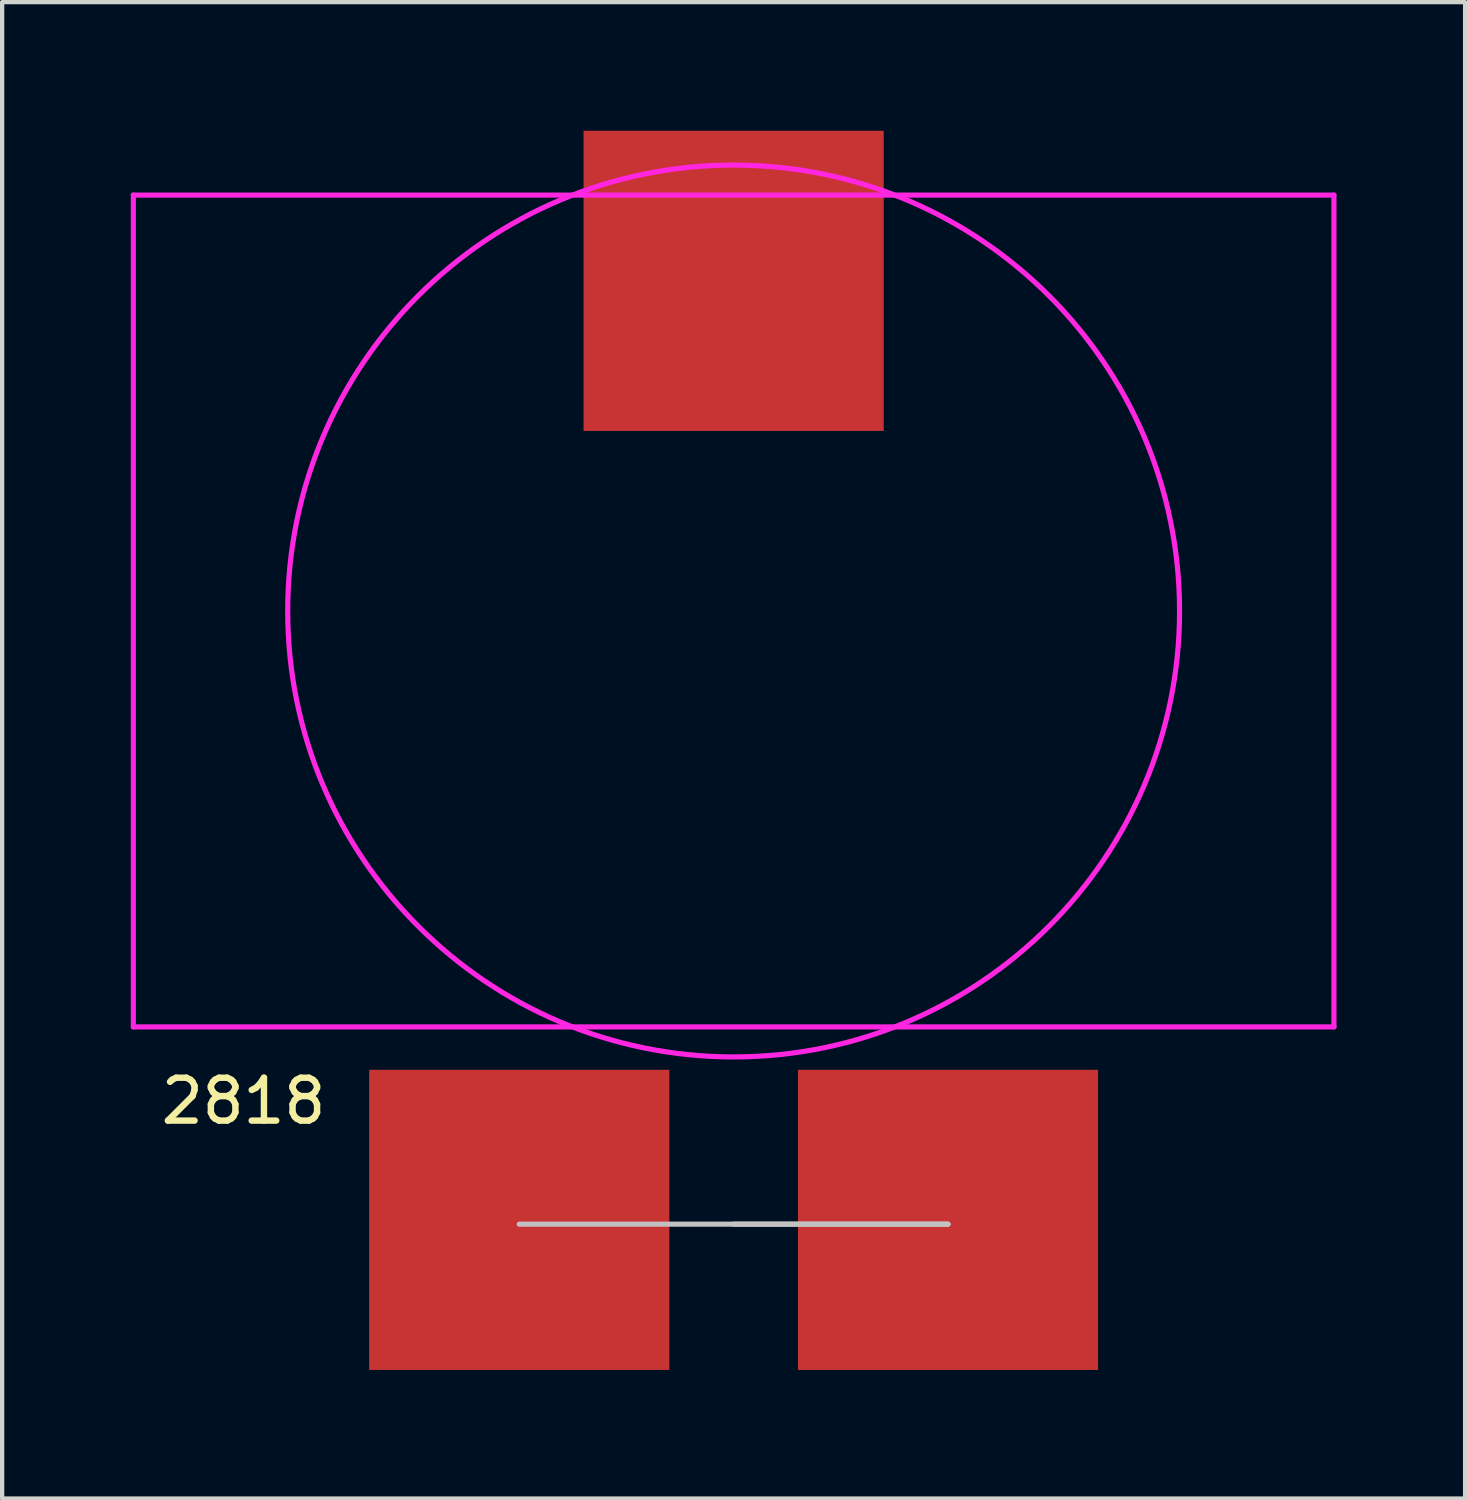
<source format=kicad_pcb>
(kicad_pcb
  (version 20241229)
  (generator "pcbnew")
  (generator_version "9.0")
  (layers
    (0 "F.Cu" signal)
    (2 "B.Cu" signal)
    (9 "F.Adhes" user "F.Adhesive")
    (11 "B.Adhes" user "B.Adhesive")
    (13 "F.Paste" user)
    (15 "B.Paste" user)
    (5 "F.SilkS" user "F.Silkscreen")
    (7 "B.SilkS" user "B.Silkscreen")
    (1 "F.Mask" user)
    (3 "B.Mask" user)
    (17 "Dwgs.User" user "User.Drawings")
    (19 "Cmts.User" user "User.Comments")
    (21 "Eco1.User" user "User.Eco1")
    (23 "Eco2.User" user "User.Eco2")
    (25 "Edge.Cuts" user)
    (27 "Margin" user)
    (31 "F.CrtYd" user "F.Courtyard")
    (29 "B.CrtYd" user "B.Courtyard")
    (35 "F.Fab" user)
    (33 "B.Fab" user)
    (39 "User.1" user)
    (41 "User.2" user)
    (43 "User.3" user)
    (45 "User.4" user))
  (footprint "2818"
    (layer "F.Cu")
    (at 14.06 11.2)
    (property "Reference" "2818" (at -11.43 11.43 0) (layer "F.SilkS") (effects (font (size 1 1) (thickness 0.15))))
    (attr through_hole)
    (fp_line (start 0 14.3) (end 5 14.3) (stroke (width 0.12) (type solid)) (layer "Dwgs.User"))
    (fp_line (start 5 14.3) (end -5 14.3) (stroke (width 0.12) (type solid)) (layer "Dwgs.User"))
    (fp_line (start -14 -9.7) (end 14 -9.7) (stroke (width 0.12) (type solid)) (layer "F.CrtYd"))
    (fp_line (start -14 9.7) (end -14 -9.7) (stroke (width 0.12) (type solid)) (layer "F.CrtYd"))
    (fp_line (start 14 -9.7) (end 14 9.7) (stroke (width 0.12) (type solid)) (layer "F.CrtYd"))
    (fp_line (start 14 9.7) (end -14 9.7) (stroke (width 0.12) (type solid)) (layer "F.CrtYd"))
    (fp_circle (center 0 0) (end 0 -10.4) (stroke (width 0.12) (type solid)) (fill no) (layer "F.CrtYd"))
    (pad "1" smd rect (at -5 14.2) (size 7 7) (layers "F.Cu" "F.Mask" "F.Paste"))
    (pad "2" smd rect (at 5 14.2) (size 7 7) (layers "F.Cu" "F.Mask" "F.Paste"))
    (pad "4" smd rect (at 0 -7.7) (size 7 7) (layers "F.Cu" "F.Mask" "F.Paste")))
  (gr_rect
    (start -3 -3)
    (end 31.12 31.9)
    (stroke (width 0.1) (type default))
    (fill no)
    (layer "Edge.Cuts")))
</source>
